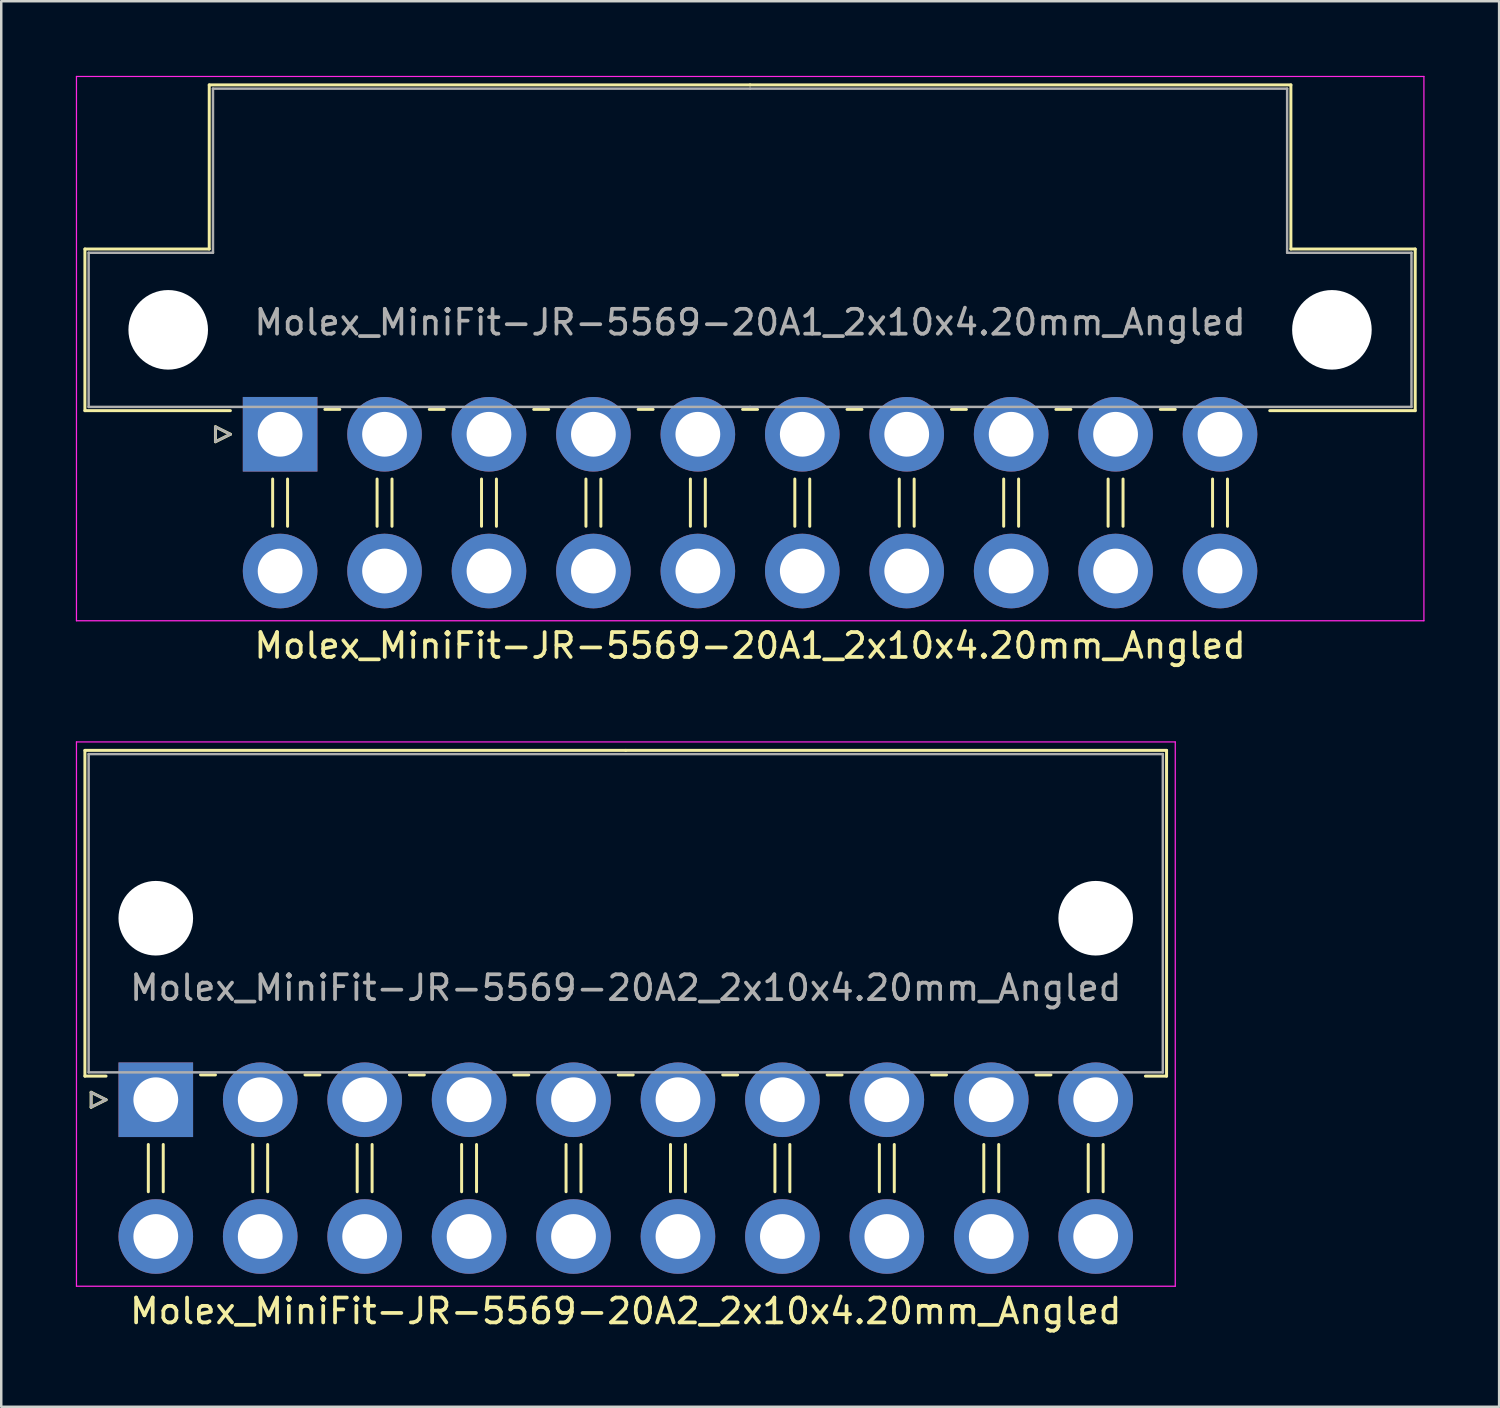
<source format=kicad_pcb>
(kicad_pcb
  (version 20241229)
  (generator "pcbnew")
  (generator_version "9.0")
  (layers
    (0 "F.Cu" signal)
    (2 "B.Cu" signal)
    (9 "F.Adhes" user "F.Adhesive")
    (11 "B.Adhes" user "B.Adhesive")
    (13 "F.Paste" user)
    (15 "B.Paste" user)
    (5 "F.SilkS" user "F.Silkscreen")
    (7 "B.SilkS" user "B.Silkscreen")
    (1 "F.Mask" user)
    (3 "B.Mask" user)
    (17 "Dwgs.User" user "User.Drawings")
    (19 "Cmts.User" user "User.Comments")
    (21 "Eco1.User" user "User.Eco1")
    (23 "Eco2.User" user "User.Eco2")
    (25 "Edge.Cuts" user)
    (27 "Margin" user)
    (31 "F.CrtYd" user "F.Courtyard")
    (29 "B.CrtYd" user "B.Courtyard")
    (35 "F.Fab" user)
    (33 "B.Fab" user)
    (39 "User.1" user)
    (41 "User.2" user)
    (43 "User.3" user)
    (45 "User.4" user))
  (footprint "Molex_MiniFit-JR-5569-20A1_2x10x4.20mm_Angled"
    (layer "F.Cu")
    (at 8.215 14.415)
    (property "Reference" "Molex_MiniFit-JR-5569-20A1_2x10x4.20mm_Angled" (at 18.9 8.5 0) (layer "F.SilkS") (effects (font (size 1 1) (thickness 0.15))))
    (attr through_hole)
    (fp_line (start -7.85 -7.45) (end -7.85 -0.95) (stroke (width 0.12) (type solid)) (layer "F.SilkS"))
    (fp_line (start -7.85 -0.95) (end -2 -0.95) (stroke (width 0.12) (type solid)) (layer "F.SilkS"))
    (fp_line (start -2.85 -14.05) (end -2.85 -7.45) (stroke (width 0.12) (type solid)) (layer "F.SilkS"))
    (fp_line (start -2.85 -7.45) (end -7.85 -7.45) (stroke (width 0.12) (type solid)) (layer "F.SilkS"))
    (fp_line (start -2.6 -0.3) (end -2 0) (stroke (width 0.12) (type solid)) (layer "F.SilkS"))
    (fp_line (start -2.6 0.3) (end -2.6 -0.3) (stroke (width 0.12) (type solid)) (layer "F.SilkS"))
    (fp_line (start -2 0) (end -2.6 0.3) (stroke (width 0.12) (type solid)) (layer "F.SilkS"))
    (fp_line (start -0.3 1.8) (end -0.3 3.7) (stroke (width 0.12) (type solid)) (layer "F.SilkS"))
    (fp_line (start 0.3 1.8) (end 0.3 3.7) (stroke (width 0.12) (type solid)) (layer "F.SilkS"))
    (fp_line (start 1.8 -1) (end 2.4 -1) (stroke (width 0.12) (type solid)) (layer "F.SilkS"))
    (fp_line (start 3.9 1.8) (end 3.9 3.7) (stroke (width 0.12) (type solid)) (layer "F.SilkS"))
    (fp_line (start 4.5 1.8) (end 4.5 3.7) (stroke (width 0.12) (type solid)) (layer "F.SilkS"))
    (fp_line (start 6 -1) (end 6.6 -1) (stroke (width 0.12) (type solid)) (layer "F.SilkS"))
    (fp_line (start 8.1 1.8) (end 8.1 3.7) (stroke (width 0.12) (type solid)) (layer "F.SilkS"))
    (fp_line (start 8.7 1.8) (end 8.7 3.7) (stroke (width 0.12) (type solid)) (layer "F.SilkS"))
    (fp_line (start 10.2 -1) (end 10.8 -1) (stroke (width 0.12) (type solid)) (layer "F.SilkS"))
    (fp_line (start 12.3 1.8) (end 12.3 3.7) (stroke (width 0.12) (type solid)) (layer "F.SilkS"))
    (fp_line (start 12.9 1.8) (end 12.9 3.7) (stroke (width 0.12) (type solid)) (layer "F.SilkS"))
    (fp_line (start 14.4 -1) (end 15 -1) (stroke (width 0.12) (type solid)) (layer "F.SilkS"))
    (fp_line (start 16.5 1.8) (end 16.5 3.7) (stroke (width 0.12) (type solid)) (layer "F.SilkS"))
    (fp_line (start 17.1 1.8) (end 17.1 3.7) (stroke (width 0.12) (type solid)) (layer "F.SilkS"))
    (fp_line (start 18.6 -1) (end 19.2 -1) (stroke (width 0.12) (type solid)) (layer "F.SilkS"))
    (fp_line (start 18.9 -14.05) (end -2.85 -14.05) (stroke (width 0.12) (type solid)) (layer "F.SilkS"))
    (fp_line (start 18.9 -14.05) (end 40.65 -14.05) (stroke (width 0.12) (type solid)) (layer "F.SilkS"))
    (fp_line (start 20.7 1.8) (end 20.7 3.7) (stroke (width 0.12) (type solid)) (layer "F.SilkS"))
    (fp_line (start 21.3 1.8) (end 21.3 3.7) (stroke (width 0.12) (type solid)) (layer "F.SilkS"))
    (fp_line (start 22.8 -1) (end 23.4 -1) (stroke (width 0.12) (type solid)) (layer "F.SilkS"))
    (fp_line (start 24.9 1.8) (end 24.9 3.7) (stroke (width 0.12) (type solid)) (layer "F.SilkS"))
    (fp_line (start 25.5 1.8) (end 25.5 3.7) (stroke (width 0.12) (type solid)) (layer "F.SilkS"))
    (fp_line (start 27 -1) (end 27.6 -1) (stroke (width 0.12) (type solid)) (layer "F.SilkS"))
    (fp_line (start 29.1 1.8) (end 29.1 3.7) (stroke (width 0.12) (type solid)) (layer "F.SilkS"))
    (fp_line (start 29.7 1.8) (end 29.7 3.7) (stroke (width 0.12) (type solid)) (layer "F.SilkS"))
    (fp_line (start 31.2 -1) (end 31.8 -1) (stroke (width 0.12) (type solid)) (layer "F.SilkS"))
    (fp_line (start 33.3 1.8) (end 33.3 3.7) (stroke (width 0.12) (type solid)) (layer "F.SilkS"))
    (fp_line (start 33.9 1.8) (end 33.9 3.7) (stroke (width 0.12) (type solid)) (layer "F.SilkS"))
    (fp_line (start 35.4 -1) (end 36 -1) (stroke (width 0.12) (type solid)) (layer "F.SilkS"))
    (fp_line (start 37.5 1.8) (end 37.5 3.7) (stroke (width 0.12) (type solid)) (layer "F.SilkS"))
    (fp_line (start 38.1 1.8) (end 38.1 3.7) (stroke (width 0.12) (type solid)) (layer "F.SilkS"))
    (fp_line (start 40.65 -14.05) (end 40.65 -7.45) (stroke (width 0.12) (type solid)) (layer "F.SilkS"))
    (fp_line (start 40.65 -7.45) (end 45.65 -7.45) (stroke (width 0.12) (type solid)) (layer "F.SilkS"))
    (fp_line (start 45.65 -7.45) (end 45.65 -0.95) (stroke (width 0.12) (type solid)) (layer "F.SilkS"))
    (fp_line (start 45.65 -0.95) (end 39.8 -0.95) (stroke (width 0.12) (type solid)) (layer "F.SilkS"))
    (fp_line (start -8.19 -14.39) (end -8.19 7.5) (stroke (width 0.05) (type solid)) (layer "F.CrtYd"))
    (fp_line (start -8.19 7.5) (end 46 7.5) (stroke (width 0.05) (type solid)) (layer "F.CrtYd"))
    (fp_line (start 46 -14.39) (end -8.19 -14.39) (stroke (width 0.05) (type solid)) (layer "F.CrtYd"))
    (fp_line (start 46 7.5) (end 46 -14.39) (stroke (width 0.05) (type solid)) (layer "F.CrtYd"))
    (fp_line (start -7.7 -7.3) (end -7.7 -1.1) (stroke (width 0.1) (type solid)) (layer "F.Fab"))
    (fp_line (start -7.7 -1.1) (end 18.9 -1.1) (stroke (width 0.1) (type solid)) (layer "F.Fab"))
    (fp_line (start -2.7 -13.9) (end -2.7 -7.3) (stroke (width 0.1) (type solid)) (layer "F.Fab"))
    (fp_line (start -2.7 -7.3) (end -7.7 -7.3) (stroke (width 0.1) (type solid)) (layer "F.Fab"))
    (fp_line (start -2.6 -0.3) (end -2 0) (stroke (width 0.1) (type solid)) (layer "F.Fab"))
    (fp_line (start -2.6 0.3) (end -2.6 -0.3) (stroke (width 0.1) (type solid)) (layer "F.Fab"))
    (fp_line (start -2 0) (end -2.6 0.3) (stroke (width 0.1) (type solid)) (layer "F.Fab"))
    (fp_line (start 18.9 -13.9) (end -2.7 -13.9) (stroke (width 0.1) (type solid)) (layer "F.Fab"))
    (fp_line (start 18.9 -13.9) (end 40.5 -13.9) (stroke (width 0.1) (type solid)) (layer "F.Fab"))
    (fp_line (start 40.5 -13.9) (end 40.5 -7.3) (stroke (width 0.1) (type solid)) (layer "F.Fab"))
    (fp_line (start 40.5 -7.3) (end 45.5 -7.3) (stroke (width 0.1) (type solid)) (layer "F.Fab"))
    (fp_line (start 45.5 -7.3) (end 45.5 -1.1) (stroke (width 0.1) (type solid)) (layer "F.Fab"))
    (fp_line (start 45.5 -1.1) (end 18.9 -1.1) (stroke (width 0.1) (type solid)) (layer "F.Fab"))
    (fp_text user "${REFERENCE}" (at 18.9 -4.5 0) (layer "F.Fab") (effects (font (size 1 1) (thickness 0.15))))
    (pad "" np_thru_hole circle (at -4.5 -4.2) (size 3.2 3.2) (drill 3.2) (layers "*.Cu" "*.Mask"))
    (pad "" np_thru_hole circle (at 42.3 -4.2) (size 3.2 3.2) (drill 3.2) (layers "*.Cu" "*.Mask"))
    (pad "1" thru_hole rect (at 0 0) (size 3 3) (drill 1.8) (layers "*.Cu" "*.Mask"))
    (pad "2" thru_hole circle (at 4.2 0) (size 3 3) (drill 1.8) (layers "*.Cu" "*.Mask"))
    (pad "3" thru_hole circle (at 8.4 0) (size 3 3) (drill 1.8) (layers "*.Cu" "*.Mask"))
    (pad "4" thru_hole circle (at 12.6 0) (size 3 3) (drill 1.8) (layers "*.Cu" "*.Mask"))
    (pad "5" thru_hole circle (at 16.8 0) (size 3 3) (drill 1.8) (layers "*.Cu" "*.Mask"))
    (pad "6" thru_hole circle (at 21 0) (size 3 3) (drill 1.8) (layers "*.Cu" "*.Mask"))
    (pad "7" thru_hole circle (at 25.2 0) (size 3 3) (drill 1.8) (layers "*.Cu" "*.Mask"))
    (pad "8" thru_hole circle (at 29.4 0) (size 3 3) (drill 1.8) (layers "*.Cu" "*.Mask"))
    (pad "9" thru_hole circle (at 33.6 0) (size 3 3) (drill 1.8) (layers "*.Cu" "*.Mask"))
    (pad "10" thru_hole circle (at 37.8 0) (size 3 3) (drill 1.8) (layers "*.Cu" "*.Mask"))
    (pad "11" thru_hole circle (at 0 5.5) (size 3 3) (drill 1.8) (layers "*.Cu" "*.Mask"))
    (pad "12" thru_hole circle (at 4.2 5.5) (size 3 3) (drill 1.8) (layers "*.Cu" "*.Mask"))
    (pad "13" thru_hole circle (at 8.4 5.5) (size 3 3) (drill 1.8) (layers "*.Cu" "*.Mask"))
    (pad "14" thru_hole circle (at 12.6 5.5) (size 3 3) (drill 1.8) (layers "*.Cu" "*.Mask"))
    (pad "15" thru_hole circle (at 16.8 5.5) (size 3 3) (drill 1.8) (layers "*.Cu" "*.Mask"))
    (pad "16" thru_hole circle (at 21 5.5) (size 3 3) (drill 1.8) (layers "*.Cu" "*.Mask"))
    (pad "17" thru_hole circle (at 25.2 5.5) (size 3 3) (drill 1.8) (layers "*.Cu" "*.Mask"))
    (pad "18" thru_hole circle (at 29.4 5.5) (size 3 3) (drill 1.8) (layers "*.Cu" "*.Mask"))
    (pad "19" thru_hole circle (at 33.6 5.5) (size 3 3) (drill 1.8) (layers "*.Cu" "*.Mask"))
    (pad "20" thru_hole circle (at 37.8 5.5) (size 3 3) (drill 1.8) (layers "*.Cu" "*.Mask")))
  (footprint "Molex_MiniFit-JR-5569-20A2_2x10x4.20mm_Angled"
    (layer "F.Cu")
    (at 3.215 41.178)
    (property "Reference" "Molex_MiniFit-JR-5569-20A2_2x10x4.20mm_Angled" (at 18.9 8.5 0) (layer "F.SilkS") (effects (font (size 1 1) (thickness 0.15))))
    (attr through_hole)
    (fp_line (start -2.85 -14.05) (end 18.9 -14.05) (stroke (width 0.12) (type solid)) (layer "F.SilkS"))
    (fp_line (start -2.85 -0.95) (end -2.85 -14.05) (stroke (width 0.12) (type solid)) (layer "F.SilkS"))
    (fp_line (start -2.6 -0.3) (end -2 0) (stroke (width 0.12) (type solid)) (layer "F.SilkS"))
    (fp_line (start -2.6 0.3) (end -2.6 -0.3) (stroke (width 0.12) (type solid)) (layer "F.SilkS"))
    (fp_line (start -2 -0.95) (end -2.85 -0.95) (stroke (width 0.12) (type solid)) (layer "F.SilkS"))
    (fp_line (start -2 0) (end -2.6 0.3) (stroke (width 0.12) (type solid)) (layer "F.SilkS"))
    (fp_line (start -0.3 1.8) (end -0.3 3.7) (stroke (width 0.12) (type solid)) (layer "F.SilkS"))
    (fp_line (start 0.3 1.8) (end 0.3 3.7) (stroke (width 0.12) (type solid)) (layer "F.SilkS"))
    (fp_line (start 1.8 -1) (end 2.4 -1) (stroke (width 0.12) (type solid)) (layer "F.SilkS"))
    (fp_line (start 3.9 1.8) (end 3.9 3.7) (stroke (width 0.12) (type solid)) (layer "F.SilkS"))
    (fp_line (start 4.5 1.8) (end 4.5 3.7) (stroke (width 0.12) (type solid)) (layer "F.SilkS"))
    (fp_line (start 6 -1) (end 6.6 -1) (stroke (width 0.12) (type solid)) (layer "F.SilkS"))
    (fp_line (start 8.1 1.8) (end 8.1 3.7) (stroke (width 0.12) (type solid)) (layer "F.SilkS"))
    (fp_line (start 8.7 1.8) (end 8.7 3.7) (stroke (width 0.12) (type solid)) (layer "F.SilkS"))
    (fp_line (start 10.2 -1) (end 10.8 -1) (stroke (width 0.12) (type solid)) (layer "F.SilkS"))
    (fp_line (start 12.3 1.8) (end 12.3 3.7) (stroke (width 0.12) (type solid)) (layer "F.SilkS"))
    (fp_line (start 12.9 1.8) (end 12.9 3.7) (stroke (width 0.12) (type solid)) (layer "F.SilkS"))
    (fp_line (start 14.4 -1) (end 15 -1) (stroke (width 0.12) (type solid)) (layer "F.SilkS"))
    (fp_line (start 16.5 1.8) (end 16.5 3.7) (stroke (width 0.12) (type solid)) (layer "F.SilkS"))
    (fp_line (start 17.1 1.8) (end 17.1 3.7) (stroke (width 0.12) (type solid)) (layer "F.SilkS"))
    (fp_line (start 18.6 -1) (end 19.2 -1) (stroke (width 0.12) (type solid)) (layer "F.SilkS"))
    (fp_line (start 20.7 1.8) (end 20.7 3.7) (stroke (width 0.12) (type solid)) (layer "F.SilkS"))
    (fp_line (start 21.3 1.8) (end 21.3 3.7) (stroke (width 0.12) (type solid)) (layer "F.SilkS"))
    (fp_line (start 22.8 -1) (end 23.4 -1) (stroke (width 0.12) (type solid)) (layer "F.SilkS"))
    (fp_line (start 24.9 1.8) (end 24.9 3.7) (stroke (width 0.12) (type solid)) (layer "F.SilkS"))
    (fp_line (start 25.5 1.8) (end 25.5 3.7) (stroke (width 0.12) (type solid)) (layer "F.SilkS"))
    (fp_line (start 27 -1) (end 27.6 -1) (stroke (width 0.12) (type solid)) (layer "F.SilkS"))
    (fp_line (start 29.1 1.8) (end 29.1 3.7) (stroke (width 0.12) (type solid)) (layer "F.SilkS"))
    (fp_line (start 29.7 1.8) (end 29.7 3.7) (stroke (width 0.12) (type solid)) (layer "F.SilkS"))
    (fp_line (start 31.2 -1) (end 31.8 -1) (stroke (width 0.12) (type solid)) (layer "F.SilkS"))
    (fp_line (start 33.3 1.8) (end 33.3 3.7) (stroke (width 0.12) (type solid)) (layer "F.SilkS"))
    (fp_line (start 33.9 1.8) (end 33.9 3.7) (stroke (width 0.12) (type solid)) (layer "F.SilkS"))
    (fp_line (start 35.4 -1) (end 36 -1) (stroke (width 0.12) (type solid)) (layer "F.SilkS"))
    (fp_line (start 37.5 1.8) (end 37.5 3.7) (stroke (width 0.12) (type solid)) (layer "F.SilkS"))
    (fp_line (start 38.1 1.8) (end 38.1 3.7) (stroke (width 0.12) (type solid)) (layer "F.SilkS"))
    (fp_line (start 39.8 -0.95) (end 40.65 -0.95) (stroke (width 0.12) (type solid)) (layer "F.SilkS"))
    (fp_line (start 40.65 -14.05) (end 18.9 -14.05) (stroke (width 0.12) (type solid)) (layer "F.SilkS"))
    (fp_line (start 40.65 -0.95) (end 40.65 -14.05) (stroke (width 0.12) (type solid)) (layer "F.SilkS"))
    (fp_line (start -3.19 -14.39) (end -3.19 7.5) (stroke (width 0.05) (type solid)) (layer "F.CrtYd"))
    (fp_line (start -3.19 7.5) (end 41 7.5) (stroke (width 0.05) (type solid)) (layer "F.CrtYd"))
    (fp_line (start 41 -14.39) (end -3.19 -14.39) (stroke (width 0.05) (type solid)) (layer "F.CrtYd"))
    (fp_line (start 41 7.5) (end 41 -14.39) (stroke (width 0.05) (type solid)) (layer "F.CrtYd"))
    (fp_line (start -2.7 -13.9) (end -2.7 -1.1) (stroke (width 0.1) (type solid)) (layer "F.Fab"))
    (fp_line (start -2.7 -1.1) (end 40.5 -1.1) (stroke (width 0.1) (type solid)) (layer "F.Fab"))
    (fp_line (start -2.6 -0.3) (end -2 0) (stroke (width 0.1) (type solid)) (layer "F.Fab"))
    (fp_line (start -2.6 0.3) (end -2.6 -0.3) (stroke (width 0.1) (type solid)) (layer "F.Fab"))
    (fp_line (start -2 0) (end -2.6 0.3) (stroke (width 0.1) (type solid)) (layer "F.Fab"))
    (fp_line (start 40.5 -13.9) (end -2.7 -13.9) (stroke (width 0.1) (type solid)) (layer "F.Fab"))
    (fp_line (start 40.5 -1.1) (end 40.5 -13.9) (stroke (width 0.1) (type solid)) (layer "F.Fab"))
    (fp_text user "${REFERENCE}" (at 18.9 -4.5 0) (layer "F.Fab") (effects (font (size 1 1) (thickness 0.15))))
    (pad "" np_thru_hole circle (at 0 -7.3) (size 3 3) (drill 3) (layers "*.Cu" "*.Mask"))
    (pad "" np_thru_hole circle (at 37.8 -7.3) (size 3 3) (drill 3) (layers "*.Cu" "*.Mask"))
    (pad "1" thru_hole rect (at 0 0) (size 3 3) (drill 1.8) (layers "*.Cu" "*.Mask"))
    (pad "2" thru_hole circle (at 4.2 0) (size 3 3) (drill 1.8) (layers "*.Cu" "*.Mask"))
    (pad "3" thru_hole circle (at 8.4 0) (size 3 3) (drill 1.8) (layers "*.Cu" "*.Mask"))
    (pad "4" thru_hole circle (at 12.6 0) (size 3 3) (drill 1.8) (layers "*.Cu" "*.Mask"))
    (pad "5" thru_hole circle (at 16.8 0) (size 3 3) (drill 1.8) (layers "*.Cu" "*.Mask"))
    (pad "6" thru_hole circle (at 21 0) (size 3 3) (drill 1.8) (layers "*.Cu" "*.Mask"))
    (pad "7" thru_hole circle (at 25.2 0) (size 3 3) (drill 1.8) (layers "*.Cu" "*.Mask"))
    (pad "8" thru_hole circle (at 29.4 0) (size 3 3) (drill 1.8) (layers "*.Cu" "*.Mask"))
    (pad "9" thru_hole circle (at 33.6 0) (size 3 3) (drill 1.8) (layers "*.Cu" "*.Mask"))
    (pad "10" thru_hole circle (at 37.8 0) (size 3 3) (drill 1.8) (layers "*.Cu" "*.Mask"))
    (pad "11" thru_hole circle (at 0 5.5) (size 3 3) (drill 1.8) (layers "*.Cu" "*.Mask"))
    (pad "12" thru_hole circle (at 4.2 5.5) (size 3 3) (drill 1.8) (layers "*.Cu" "*.Mask"))
    (pad "13" thru_hole circle (at 8.4 5.5) (size 3 3) (drill 1.8) (layers "*.Cu" "*.Mask"))
    (pad "14" thru_hole circle (at 12.6 5.5) (size 3 3) (drill 1.8) (layers "*.Cu" "*.Mask"))
    (pad "15" thru_hole circle (at 16.8 5.5) (size 3 3) (drill 1.8) (layers "*.Cu" "*.Mask"))
    (pad "16" thru_hole circle (at 21 5.5) (size 3 3) (drill 1.8) (layers "*.Cu" "*.Mask"))
    (pad "17" thru_hole circle (at 25.2 5.5) (size 3 3) (drill 1.8) (layers "*.Cu" "*.Mask"))
    (pad "18" thru_hole circle (at 29.4 5.5) (size 3 3) (drill 1.8) (layers "*.Cu" "*.Mask"))
    (pad "19" thru_hole circle (at 33.6 5.5) (size 3 3) (drill 1.8) (layers "*.Cu" "*.Mask"))
    (pad "20" thru_hole circle (at 37.8 5.5) (size 3 3) (drill 1.8) (layers "*.Cu" "*.Mask")))
  (gr_rect
    (start -3 -3)
    (end 57.24 53.526)
    (stroke (width 0.1) (type default))
    (fill no)
    (layer "Edge.Cuts")))
</source>
